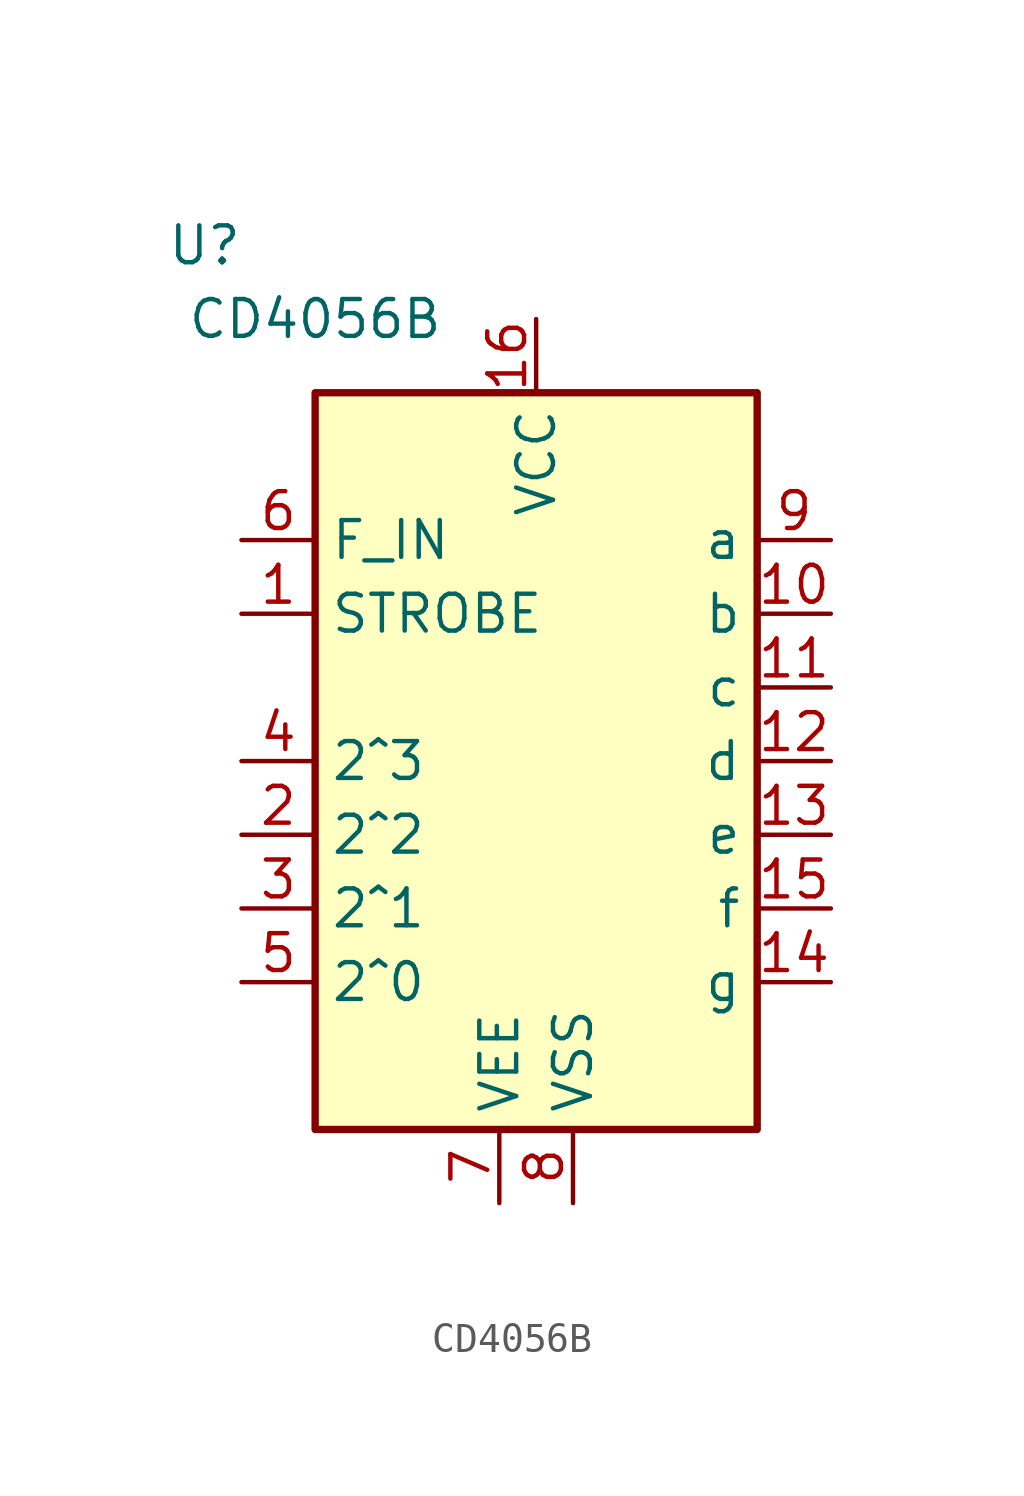
<source format=kicad_sym>
(kicad_symbol_lib
  (version 20200126)
  (host kicad_symbol_editor "(5.99.0-1879-g3bd4c0c5d)")
  (symbol "local-CDxx:CD4056B"
    (property "Reference" "U"
      (at -11.43 19.05 0)
      (effects (font (size 1.27 1.27))))
    (property "Value" "CD4056B"
      (at -7.62 16.51 0)
      (effects (font (size 1.27 1.27))))
    (symbol "CD4056B_0_1"
      (rectangle (start -7.62 13.97) (end 7.62 -11.43) (stroke (width 0.254)) (fill (type background))))
    (symbol "CD4056B_1_1"
      (pin input line (at -10.16 -1.27 0) (length 2.54) (name "2^2" (effects (font (size 1.27 1.27)))) (number "2" (effects (font (size 1.27 1.27)))))
      (pin output line (at 10.16 3.81 180) (length 2.54) (name "c" (effects (font (size 1.27 1.27)))) (number "11" (effects (font (size 1.27 1.27)))))
      (pin output line (at 10.16 6.35 180) (length 2.54) (name "b" (effects (font (size 1.27 1.27)))) (number "10" (effects (font (size 1.27 1.27)))))
      (pin output line (at 10.16 8.89 180) (length 2.54) (name "a" (effects (font (size 1.27 1.27)))) (number "9" (effects (font (size 1.27 1.27)))))
      (pin power_in line (at 0 16.51 270) (length 2.54) (name "VCC" (effects (font (size 1.27 1.27)))) (number "16" (effects (font (size 1.27 1.27)))))
      (pin input line (at -10.16 -3.81 0) (length 2.54) (name "2^1" (effects (font (size 1.27 1.27)))) (number "3" (effects (font (size 1.27 1.27)))))
      (pin output line (at 10.16 -3.81 180) (length 2.54) (name "f" (effects (font (size 1.27 1.27)))) (number "15" (effects (font (size 1.27 1.27)))))
      (pin output line (at 10.16 -6.35 180) (length 2.54) (name "g" (effects (font (size 1.27 1.27)))) (number "14" (effects (font (size 1.27 1.27)))))
      (pin output line (at 10.16 -1.27 180) (length 2.54) (name "e" (effects (font (size 1.27 1.27)))) (number "13" (effects (font (size 1.27 1.27)))))
      (pin output line (at 10.16 1.27 180) (length 2.54) (name "d" (effects (font (size 1.27 1.27)))) (number "12" (effects (font (size 1.27 1.27)))))
      (pin power_in line (at -1.27 -13.97 90) (length 2.54) (name "VEE" (effects (font (size 1.27 1.27)))) (number "7" (effects (font (size 1.27 1.27)))))
      (pin input line (at -10.16 -6.35 0) (length 2.54) (name "2^0" (effects (font (size 1.27 1.27)))) (number "5" (effects (font (size 1.27 1.27)))))
      (pin input line (at -10.16 1.27 0) (length 2.54) (name "2^3" (effects (font (size 1.27 1.27)))) (number "4" (effects (font (size 1.27 1.27)))))
      (pin power_in line (at 1.27 -13.97 90) (length 2.54) (name "VSS" (effects (font (size 1.27 1.27)))) (number "8" (effects (font (size 1.27 1.27)))))
      (pin input line (at -10.16 8.89 0) (length 2.54) (name "F_IN" (effects (font (size 1.27 1.27)))) (number "6" (effects (font (size 1.27 1.27)))))
      (pin input line (at -10.16 6.35 0) (length 2.54) (name "STROBE" (effects (font (size 1.27 1.27)))) (number "1" (effects (font (size 1.27 1.27))))))))
</source>
